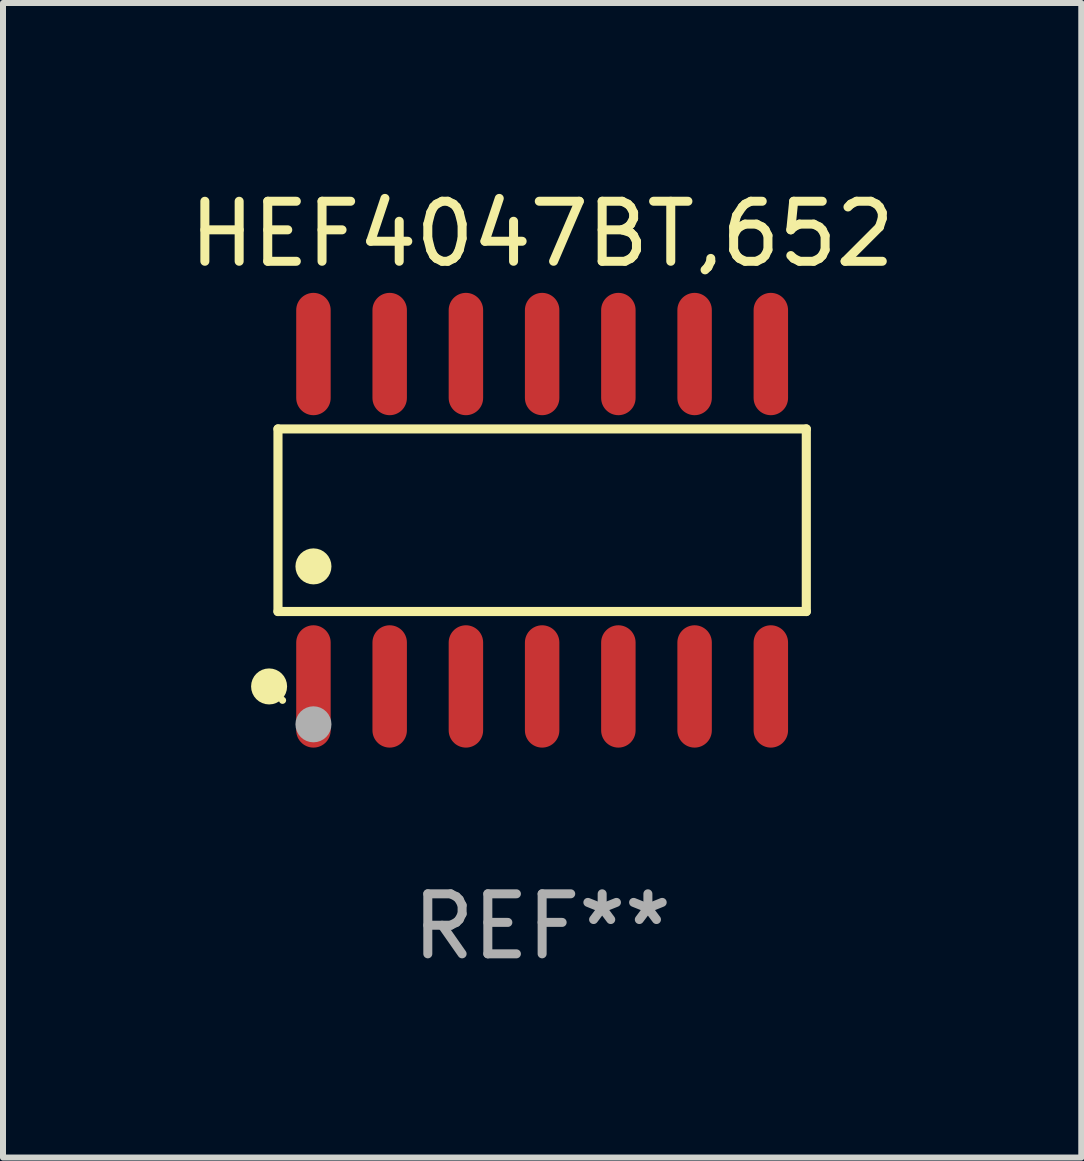
<source format=kicad_pcb>
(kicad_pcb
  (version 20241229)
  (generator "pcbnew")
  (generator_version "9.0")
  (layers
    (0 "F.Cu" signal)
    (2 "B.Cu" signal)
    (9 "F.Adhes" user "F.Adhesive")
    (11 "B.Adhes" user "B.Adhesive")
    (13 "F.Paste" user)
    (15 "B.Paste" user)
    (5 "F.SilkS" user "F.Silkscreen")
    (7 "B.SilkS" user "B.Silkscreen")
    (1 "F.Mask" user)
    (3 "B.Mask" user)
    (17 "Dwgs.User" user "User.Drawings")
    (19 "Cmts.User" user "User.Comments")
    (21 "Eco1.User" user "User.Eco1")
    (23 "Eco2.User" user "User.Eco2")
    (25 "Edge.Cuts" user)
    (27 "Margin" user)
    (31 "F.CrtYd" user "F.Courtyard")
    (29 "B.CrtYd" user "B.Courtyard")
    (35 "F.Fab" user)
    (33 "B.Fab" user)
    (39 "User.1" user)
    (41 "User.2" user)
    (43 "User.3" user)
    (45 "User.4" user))
  (footprint "HEF4047BT,652"
    (layer "F.Cu")
    (at 5.982 5.617)
    (property "Reference" "HEF4047BT,652" (at 0 -4.769 0) (layer "F.SilkS") (effects (font (size 1 1) (thickness 0.15))))
    (attr through_hole)
    (fp_line (start -4.401 -1.521) (end 4.401 -1.521) (stroke (width 0.152) (type solid)) (layer "F.SilkS"))
    (fp_line (start -4.401 1.521) (end -4.401 -1.521) (stroke (width 0.152) (type solid)) (layer "F.SilkS"))
    (fp_line (start 4.401 -1.521) (end 4.401 1.521) (stroke (width 0.152) (type solid)) (layer "F.SilkS"))
    (fp_line (start 4.401 1.521) (end -4.401 1.521) (stroke (width 0.152) (type solid)) (layer "F.SilkS"))
    (fp_circle (center -4.549 2.769) (end -4.399 2.769) (stroke (width 0.3) (type solid)) (fill no) (layer "F.SilkS"))
    (fp_circle (center -4.325 3) (end -4.295 3) (stroke (width 0.06) (type solid)) (fill no) (layer "F.SilkS"))
    (fp_circle (center -3.81 0.769) (end -3.66 0.769) (stroke (width 0.3) (type solid)) (fill no) (layer "F.SilkS"))
    (fp_circle (center -3.81 3.4) (end -3.66 3.4) (stroke (width 0.3) (type solid)) (fill no) (layer "F.Fab"))
    (fp_text user "REF**" (at 0 6.769 0) (layer "F.Fab") (effects (font (size 1 1) (thickness 0.15))))
    (pad "1" smd oval (at -3.81 2.769) (size 0.574 2.038) (layers "F.Cu" "F.Mask" "F.Paste"))
    (pad "2" smd oval (at -2.54 2.769) (size 0.574 2.038) (layers "F.Cu" "F.Mask" "F.Paste"))
    (pad "3" smd oval (at -1.27 2.769) (size 0.574 2.038) (layers "F.Cu" "F.Mask" "F.Paste"))
    (pad "4" smd oval (at 0 2.769) (size 0.574 2.038) (layers "F.Cu" "F.Mask" "F.Paste"))
    (pad "5" smd oval (at 1.27 2.769) (size 0.574 2.038) (layers "F.Cu" "F.Mask" "F.Paste"))
    (pad "6" smd oval (at 2.54 2.769) (size 0.574 2.038) (layers "F.Cu" "F.Mask" "F.Paste"))
    (pad "7" smd oval (at 3.81 2.769) (size 0.574 2.038) (layers "F.Cu" "F.Mask" "F.Paste"))
    (pad "8" smd oval (at 3.81 -2.769) (size 0.574 2.038) (layers "F.Cu" "F.Mask" "F.Paste"))
    (pad "9" smd oval (at 2.54 -2.769) (size 0.574 2.038) (layers "F.Cu" "F.Mask" "F.Paste"))
    (pad "10" smd oval (at 1.27 -2.769) (size 0.574 2.038) (layers "F.Cu" "F.Mask" "F.Paste"))
    (pad "11" smd oval (at 0 -2.769) (size 0.574 2.038) (layers "F.Cu" "F.Mask" "F.Paste"))
    (pad "12" smd oval (at -1.27 -2.769) (size 0.574 2.038) (layers "F.Cu" "F.Mask" "F.Paste"))
    (pad "13" smd oval (at -2.54 -2.769) (size 0.574 2.038) (layers "F.Cu" "F.Mask" "F.Paste"))
    (pad "14" smd oval (at -3.81 -2.769) (size 0.574 2.038) (layers "F.Cu" "F.Mask" "F.Paste")))
  (gr_rect
    (start -3 -3)
    (end 14.964 16.235)
    (stroke (width 0.1) (type default))
    (fill no)
    (layer "Edge.Cuts")))
</source>
